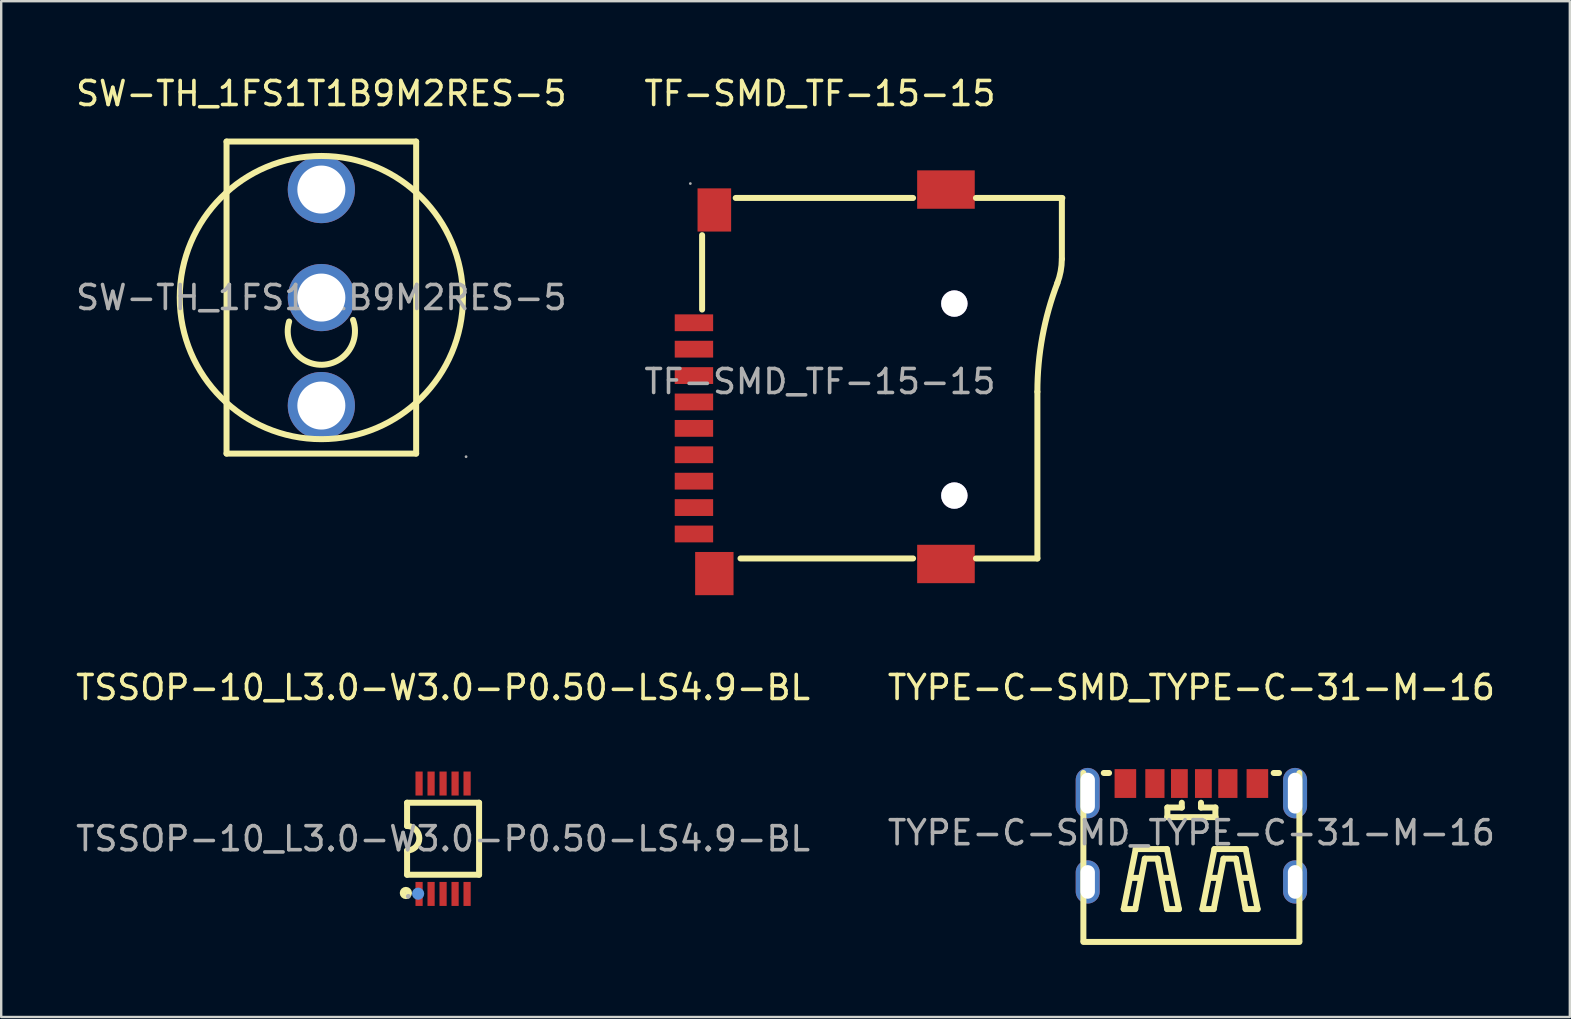
<source format=kicad_pcb>
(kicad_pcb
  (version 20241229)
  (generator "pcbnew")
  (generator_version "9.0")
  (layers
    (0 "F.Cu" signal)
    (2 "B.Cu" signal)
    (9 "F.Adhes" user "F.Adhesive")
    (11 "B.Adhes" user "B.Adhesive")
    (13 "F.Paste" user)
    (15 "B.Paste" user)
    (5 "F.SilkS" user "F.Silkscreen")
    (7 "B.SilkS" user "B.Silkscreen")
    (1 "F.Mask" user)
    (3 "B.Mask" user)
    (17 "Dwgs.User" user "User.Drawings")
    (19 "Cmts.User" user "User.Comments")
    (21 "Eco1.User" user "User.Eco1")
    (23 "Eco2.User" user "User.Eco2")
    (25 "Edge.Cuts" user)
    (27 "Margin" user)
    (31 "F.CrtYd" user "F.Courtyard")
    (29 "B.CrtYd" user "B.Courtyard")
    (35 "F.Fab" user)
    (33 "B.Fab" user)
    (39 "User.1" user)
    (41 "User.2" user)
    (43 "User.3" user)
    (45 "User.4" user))
  (footprint "SW-TH_1FS1T1B9M2RES-5"
    (layer "F.Cu")
    (at 10.339 9.348)
    (property "Reference" "SW-TH_1FS1T1B9M2RES-5" (at 0 -8.5 0) (layer "F.SilkS") (effects (font (size 1 1) (thickness 0.15))))
    (attr through_hole)
    (fp_line (start -3.95 -6.5) (end 3.95 -6.5) (stroke (width 0.25) (type solid)) (layer "F.SilkS"))
    (fp_line (start -3.95 6.5) (end -3.95 -6.5) (stroke (width 0.25) (type solid)) (layer "F.SilkS"))
    (fp_line (start -3.95 6.5) (end 3.95 6.5) (stroke (width 0.25) (type solid)) (layer "F.SilkS"))
    (fp_line (start 3.95 6.5) (end 3.95 -6.5) (stroke (width 0.25) (type solid)) (layer "F.SilkS"))
    (fp_arc (start 1.32 0.93) (mid 0.035427 2.80073) (end -1.342072 0.997329) (stroke (width 0.25) (type solid)) (layer "F.SilkS"))
    (fp_circle (center 0 0) (end 5.9 0) (stroke (width 0.25) (type solid)) (fill no) (layer "F.SilkS"))
    (fp_circle (center 0 -4.5) (end 0.45 -4.5) (stroke (width 0.9) (type solid)) (fill no) (layer "F.Fab"))
    (fp_circle (center 0 0) (end 0.45 0) (stroke (width 0.9) (type solid)) (fill no) (layer "F.Fab"))
    (fp_circle (center 0 4.5) (end 0.45 4.5) (stroke (width 0.9) (type solid)) (fill no) (layer "F.Fab"))
    (fp_circle (center 6.03 6.63) (end 6.06 6.63) (stroke (width 0.06) (type solid)) (fill no) (layer "F.Fab"))
    (fp_text user "${REFERENCE}" (at 0 0 0) (layer "F.Fab") (effects (font (size 1 1) (thickness 0.15))))
    (pad "1" thru_hole circle (at 0 4.5 90) (size 2.8 2.8) (drill 2) (layers "*.Cu" "*.Paste" "*.Mask"))
    (pad "2" thru_hole circle (at 0 0 90) (size 2.8 2.8) (drill 2) (layers "*.Cu" "*.Paste" "*.Mask"))
    (pad "3" thru_hole circle (at 0 -4.5 90) (size 2.8 2.8) (drill 2) (layers "*.Cu" "*.Paste" "*.Mask")))
  (footprint "TYPE-C-SMD_TYPE-C-31-M-16"
    (layer "F.Cu")
    (at 46.589 31.646)
    (property "Reference" "TYPE-C-SMD_TYPE-C-31-M-16" (at 0 -6.05 0) (layer "F.SilkS") (effects (font (size 1 1) (thickness 0.15))))
    (attr through_hole)
    (fp_line (start -4.5 -2.49) (end -4.5 4.5) (stroke (width 0.25) (type solid)) (layer "F.SilkS"))
    (fp_line (start -4.5 4.55) (end 4.5 4.55) (stroke (width 0.25) (type solid)) (layer "F.SilkS"))
    (fp_line (start -3.65 -2.49) (end -3.43 -2.49) (stroke (width 0.25) (type solid)) (layer "F.SilkS"))
    (fp_line (start -2.82 3.18) (end -2.32 0.68) (stroke (width 0.25) (type solid)) (layer "F.SilkS"))
    (fp_line (start -2.52 1.88) (end -2.12 1.88) (stroke (width 0.25) (type solid)) (layer "F.SilkS"))
    (fp_line (start -2.34 3.18) (end -2.82 3.18) (stroke (width 0.25) (type solid)) (layer "F.SilkS"))
    (fp_line (start -2.32 0.68) (end -1.02 0.68) (stroke (width 0.25) (type solid)) (layer "F.SilkS"))
    (fp_line (start -1.94 1.08) (end -2.34 3.18) (stroke (width 0.25) (type solid)) (layer "F.SilkS"))
    (fp_line (start -1.41 1.08) (end -1.94 1.08) (stroke (width 0.25) (type solid)) (layer "F.SilkS"))
    (fp_line (start -1.22 1.88) (end -0.82 1.88) (stroke (width 0.25) (type solid)) (layer "F.SilkS"))
    (fp_line (start -1.02 0.68) (end -0.52 3.18) (stroke (width 0.25) (type solid)) (layer "F.SilkS"))
    (fp_line (start -1.01 -0.65) (end 1.01 -0.65) (stroke (width 0.25) (type solid)) (layer "F.SilkS"))
    (fp_line (start -1.01 3.18) (end -1.41 1.08) (stroke (width 0.25) (type solid)) (layer "F.SilkS"))
    (fp_line (start -1 -1.05) (end -0.4 -1.05) (stroke (width 0.25) (type solid)) (layer "F.SilkS"))
    (fp_line (start -1 -0.65) (end -1 -1.05) (stroke (width 0.25) (type solid)) (layer "F.SilkS"))
    (fp_line (start -0.52 3.18) (end -1.01 3.18) (stroke (width 0.25) (type solid)) (layer "F.SilkS"))
    (fp_line (start -0.4 -1.05) (end -0.4 -1.25) (stroke (width 0.25) (type solid)) (layer "F.SilkS"))
    (fp_line (start 0.4 -1.05) (end 0.4 -1.25) (stroke (width 0.25) (type solid)) (layer "F.SilkS"))
    (fp_line (start 0.46 3.18) (end 0.96 0.68) (stroke (width 0.25) (type solid)) (layer "F.SilkS"))
    (fp_line (start 0.76 1.88) (end 1.16 1.88) (stroke (width 0.25) (type solid)) (layer "F.SilkS"))
    (fp_line (start 0.93 3.18) (end 0.46 3.18) (stroke (width 0.25) (type solid)) (layer "F.SilkS"))
    (fp_line (start 0.96 0.68) (end 2.26 0.68) (stroke (width 0.25) (type solid)) (layer "F.SilkS"))
    (fp_line (start 1 -1.05) (end 0.4 -1.05) (stroke (width 0.25) (type solid)) (layer "F.SilkS"))
    (fp_line (start 1 -0.65) (end 1 -1.05) (stroke (width 0.25) (type solid)) (layer "F.SilkS"))
    (fp_line (start 1.34 1.08) (end 0.93 3.18) (stroke (width 0.25) (type solid)) (layer "F.SilkS"))
    (fp_line (start 1.86 1.08) (end 1.34 1.08) (stroke (width 0.25) (type solid)) (layer "F.SilkS"))
    (fp_line (start 2.06 1.88) (end 2.46 1.88) (stroke (width 0.25) (type solid)) (layer "F.SilkS"))
    (fp_line (start 2.26 0.68) (end 2.76 3.18) (stroke (width 0.25) (type solid)) (layer "F.SilkS"))
    (fp_line (start 2.26 3.18) (end 1.86 1.08) (stroke (width 0.25) (type solid)) (layer "F.SilkS"))
    (fp_line (start 2.76 3.18) (end 2.26 3.18) (stroke (width 0.25) (type solid)) (layer "F.SilkS"))
    (fp_line (start 3.43 -2.49) (end 3.65 -2.49) (stroke (width 0.25) (type solid)) (layer "F.SilkS"))
    (fp_line (start 4.5 -2.49) (end 4.5 4.5) (stroke (width 0.25) (type solid)) (layer "F.SilkS"))
    (fp_circle (center -4.48 -2.31) (end -4.45 -2.31) (stroke (width 0.06) (type solid)) (fill no) (layer "F.Fab"))
    (fp_text user "${REFERENCE}" (at 0 0 0) (layer "F.Fab") (effects (font (size 1 1) (thickness 0.15))))
    (pad "1" thru_hole oval (at -4.32 -1.65) (size 1 2.1) (drill oval 0.6 1.7) (layers "*.Cu" "*.Paste" "*.Mask"))
    (pad "2" thru_hole oval (at 4.32 -1.65) (size 1 2.1) (drill oval 0.6 1.7) (layers "*.Cu" "*.Paste" "*.Mask"))
    (pad "3" thru_hole oval (at -4.32 2.05) (size 1 1.8) (drill oval 0.6 1.4) (layers "*.Cu" "*.Paste" "*.Mask"))
    (pad "4" thru_hole oval (at 4.32 2.05) (size 1 1.8) (drill oval 0.6 1.4) (layers "*.Cu" "*.Paste" "*.Mask"))
    (pad "A5" smd rect (at -0.5 -2.05) (size 0.7 1.2) (layers "F.Cu" "F.Mask" "F.Paste"))
    (pad "A9" smd rect (at 1.52 -2.05) (size 0.8 1.2) (layers "F.Cu" "F.Mask" "F.Paste"))
    (pad "A12" smd rect (at 2.75 -2.05) (size 0.9 1.2) (layers "F.Cu" "F.Mask" "F.Paste"))
    (pad "B5" smd rect (at 0.5 -2.05) (size 0.7 1.2) (layers "F.Cu" "F.Mask" "F.Paste"))
    (pad "B9" smd rect (at -1.52 -2.05) (size 0.8 1.2) (layers "F.Cu" "F.Mask" "F.Paste"))
    (pad "B12" smd rect (at -2.75 -2.05) (size 0.9 1.2) (layers "F.Cu" "F.Mask" "F.Paste")))
  (footprint "TF-SMD_TF-15-15"
    (layer "F.Cu")
    (at 31.113 12.848)
    (property "Reference" "TF-SMD_TF-15-15" (at 0 -12 0) (layer "F.SilkS") (effects (font (size 1 1) (thickness 0.15))))
    (attr through_hole)
    (fp_line (start -4.91 -6.1) (end -4.91 -3) (stroke (width 0.25) (type solid)) (layer "F.SilkS"))
    (fp_line (start -3.31 7.37) (end 3.88 7.37) (stroke (width 0.25) (type solid)) (layer "F.SilkS"))
    (fp_line (start 3.88 -7.65) (end -3.51 -7.65) (stroke (width 0.25) (type solid)) (layer "F.SilkS"))
    (fp_line (start 9.06 0.43) (end 9.06 7.37) (stroke (width 0.25) (type solid)) (layer "F.SilkS"))
    (fp_line (start 9.06 7.37) (end 6.5 7.37) (stroke (width 0.25) (type solid)) (layer "F.SilkS"))
    (fp_line (start 10.08 -7.62) (end 10.08 -5.11) (stroke (width 0.25) (type solid)) (layer "F.SilkS"))
    (fp_line (start 10.1 -7.65) (end 6.5 -7.65) (stroke (width 0.25) (type solid)) (layer "F.SilkS"))
    (fp_arc (start 9.06 0.42) (mid 9.269644 -1.878043) (end 9.891654 -4.100217) (stroke (width 0.25) (type solid)) (layer "F.SilkS"))
    (fp_arc (start 10.077916 -5.099637) (mid 10.029599 -4.591239) (end 9.89 -4.1) (stroke (width 0.25) (type solid)) (layer "F.SilkS"))
    (fp_circle (center 5.6 -3.25) (end 5.83 -3.25) (stroke (width 0.45) (type solid)) (fill no) (layer "Cmts.User"))
    (fp_circle (center 5.6 4.75) (end 5.83 4.75) (stroke (width 0.45) (type solid)) (fill no) (layer "Cmts.User"))
    (fp_circle (center -5.4 -8.25) (end -5.37 -8.25) (stroke (width 0.06) (type solid)) (fill no) (layer "F.Fab"))
    (fp_text user "${REFERENCE}" (at 0 0 0) (layer "F.Fab") (effects (font (size 1 1) (thickness 0.15))))
    (pad "" thru_hole circle (at 5.6 -3.25) (size 1.1 1.1) (drill 1.1) (layers "*.Cu" "*.Mask"))
    (pad "" thru_hole circle (at 5.6 4.75) (size 1.1 1.1) (drill 1.1) (layers "*.Cu" "*.Mask"))
    (pad "1" smd rect (at -5.25 -2.45) (size 1.6 0.7) (layers "F.Cu" "F.Mask" "F.Paste"))
    (pad "2" smd rect (at -5.25 -1.35) (size 1.6 0.7) (layers "F.Cu" "F.Mask" "F.Paste"))
    (pad "3" smd rect (at -5.25 -0.25) (size 1.6 0.7) (layers "F.Cu" "F.Mask" "F.Paste"))
    (pad "4" smd rect (at -5.25 0.85) (size 1.6 0.7) (layers "F.Cu" "F.Mask" "F.Paste"))
    (pad "5" smd rect (at -5.25 1.95) (size 1.6 0.7) (layers "F.Cu" "F.Mask" "F.Paste"))
    (pad "6" smd rect (at -5.25 3.05) (size 1.6 0.7) (layers "F.Cu" "F.Mask" "F.Paste"))
    (pad "7" smd rect (at -5.25 4.15) (size 1.6 0.7) (layers "F.Cu" "F.Mask" "F.Paste"))
    (pad "8" smd rect (at -5.25 5.25) (size 1.6 0.7) (layers "F.Cu" "F.Mask" "F.Paste"))
    (pad "9" smd rect (at -5.25 6.35) (size 1.6 0.7) (layers "F.Cu" "F.Mask" "F.Paste"))
    (pad "10" smd rect (at -4.4 8) (size 1.6 1.8) (layers "F.Cu" "F.Mask" "F.Paste"))
    (pad "11" smd rect (at 5.25 7.6) (size 2.4 1.6) (layers "F.Cu" "F.Mask" "F.Paste"))
    (pad "12" smd rect (at 5.25 -8) (size 2.4 1.6) (layers "F.Cu" "F.Mask" "F.Paste"))
    (pad "13" smd rect (at -4.4 -7.15) (size 1.4 1.8) (layers "F.Cu" "F.Mask" "F.Paste")))
  (footprint "TSSOP-10_L3.0-W3.0-P0.50-LS4.9-BL"
    (layer "F.Cu")
    (at 15.411 31.896)
    (property "Reference" "TSSOP-10_L3.0-W3.0-P0.50-LS4.9-BL" (at 0 -6.3 0) (layer "F.SilkS") (effects (font (size 1 1) (thickness 0.15))))
    (attr through_hole)
    (fp_line (start -1.5 -1.5) (end -1.5 -0.53) (stroke (width 0.25) (type solid)) (layer "F.SilkS"))
    (fp_line (start -1.5 -1.5) (end 1.5 -1.5) (stroke (width 0.25) (type solid)) (layer "F.SilkS"))
    (fp_line (start -1.5 1.5) (end -1.5 0.49) (stroke (width 0.25) (type solid)) (layer "F.SilkS"))
    (fp_line (start -1.5 1.5) (end 1.5 1.5) (stroke (width 0.25) (type solid)) (layer "F.SilkS"))
    (fp_line (start 1.5 1.5) (end 1.5 -1.5) (stroke (width 0.25) (type solid)) (layer "F.SilkS"))
    (fp_arc (start -1.5 -0.53) (mid -0.99 -0.02) (end -1.5 0.49) (stroke (width 0.25) (type solid)) (layer "F.SilkS"))
    (fp_circle (center -1.55 2.26) (end -1.42 2.26) (stroke (width 0.25) (type solid)) (fill no) (layer "F.SilkS"))
    (fp_circle (center -1.04 2.29) (end -0.91 2.29) (stroke (width 0.25) (type solid)) (fill no) (layer "Cmts.User"))
    (fp_circle (center -1.45 2.4) (end -1.4 2.4) (stroke (width 0.1) (type solid)) (fill no) (layer "F.Fab"))
    (fp_text user "${REFERENCE}" (at 0 0 0) (layer "F.Fab") (effects (font (size 1 1) (thickness 0.15))))
    (pad "1" smd rect (at -1 2.3 90) (size 1 0.3) (layers "F.Cu" "F.Mask" "F.Paste"))
    (pad "2" smd rect (at -0.5 2.3 90) (size 1 0.3) (layers "F.Cu" "F.Mask" "F.Paste"))
    (pad "3" smd rect (at 0 2.3 90) (size 1 0.3) (layers "F.Cu" "F.Mask" "F.Paste"))
    (pad "4" smd rect (at 0.5 2.3 90) (size 1 0.3) (layers "F.Cu" "F.Mask" "F.Paste"))
    (pad "5" smd rect (at 1 2.3 90) (size 1 0.3) (layers "F.Cu" "F.Mask" "F.Paste"))
    (pad "6" smd rect (at 1 -2.3 270) (size 1 0.3) (layers "F.Cu" "F.Mask" "F.Paste"))
    (pad "7" smd rect (at 0.5 -2.3 90) (size 1 0.3) (layers "F.Cu" "F.Mask" "F.Paste"))
    (pad "8" smd rect (at 0 -2.3 90) (size 1 0.3) (layers "F.Cu" "F.Mask" "F.Paste"))
    (pad "9" smd rect (at -0.5 -2.3 90) (size 1 0.3) (layers "F.Cu" "F.Mask" "F.Paste"))
    (pad "10" smd rect (at -1 -2.3 90) (size 1 0.3) (layers "F.Cu" "F.Mask" "F.Paste")))
  (gr_rect
    (start -3 -3)
    (end 62.357 39.322)
    (stroke (width 0.1) (type default))
    (fill no)
    (layer "Edge.Cuts")))
</source>
